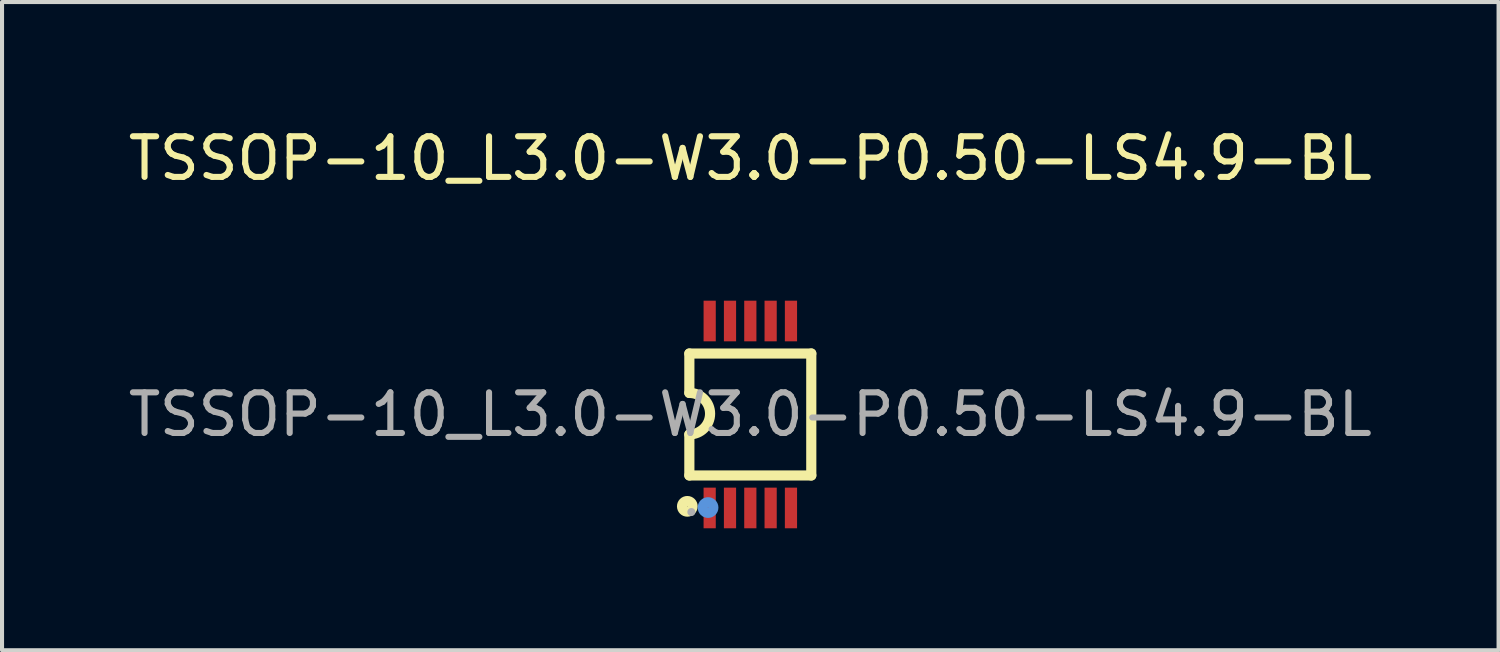
<source format=kicad_pcb>
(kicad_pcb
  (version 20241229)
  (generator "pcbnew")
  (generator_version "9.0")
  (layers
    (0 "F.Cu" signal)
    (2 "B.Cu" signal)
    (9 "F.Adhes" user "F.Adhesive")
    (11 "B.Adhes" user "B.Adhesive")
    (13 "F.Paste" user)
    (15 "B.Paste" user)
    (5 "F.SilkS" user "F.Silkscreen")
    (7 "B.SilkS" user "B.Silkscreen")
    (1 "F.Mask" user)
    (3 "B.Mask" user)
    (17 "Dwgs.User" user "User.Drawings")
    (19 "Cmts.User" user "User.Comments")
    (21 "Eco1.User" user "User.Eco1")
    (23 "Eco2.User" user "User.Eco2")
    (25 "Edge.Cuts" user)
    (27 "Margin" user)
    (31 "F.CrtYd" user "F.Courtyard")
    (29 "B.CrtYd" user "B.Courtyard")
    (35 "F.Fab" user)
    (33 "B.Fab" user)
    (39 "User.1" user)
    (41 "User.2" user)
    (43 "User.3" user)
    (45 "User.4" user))
  (footprint "TSSOP-10_L3.0-W3.0-P0.50-LS4.9-BL"
    (layer "F.Cu")
    (at 15.411 7.148)
    (property "Reference" "TSSOP-10_L3.0-W3.0-P0.50-LS4.9-BL" (at 0 -6.3 0) (layer "F.SilkS") (effects (font (size 1 1) (thickness 0.15))))
    (attr smd)
    (fp_line (start -1.5 -1.5) (end -1.5 -0.53) (stroke (width 0.25) (type solid)) (layer "F.SilkS"))
    (fp_line (start -1.5 -1.5) (end 1.5 -1.5) (stroke (width 0.25) (type solid)) (layer "F.SilkS"))
    (fp_line (start -1.5 1.5) (end -1.5 0.49) (stroke (width 0.25) (type solid)) (layer "F.SilkS"))
    (fp_line (start -1.5 1.5) (end 1.5 1.5) (stroke (width 0.25) (type solid)) (layer "F.SilkS"))
    (fp_line (start 1.5 1.5) (end 1.5 -1.5) (stroke (width 0.25) (type solid)) (layer "F.SilkS"))
    (fp_arc (start -1.5 -0.53) (mid -0.99 -0.02) (end -1.5 0.49) (stroke (width 0.25) (type solid)) (layer "F.SilkS"))
    (fp_circle (center -1.55 2.26) (end -1.42 2.26) (stroke (width 0.25) (type solid)) (fill no) (layer "F.SilkS"))
    (fp_circle (center -1.04 2.29) (end -0.91 2.29) (stroke (width 0.25) (type solid)) (fill no) (layer "Cmts.User"))
    (fp_circle (center -1.45 2.4) (end -1.4 2.4) (stroke (width 0.1) (type solid)) (fill no) (layer "F.Fab"))
    (fp_text user "${REFERENCE}" (at 0 0 0) (layer "F.Fab") (effects (font (size 1 1) (thickness 0.15))))
    (pad "1" smd rect (at -1 2.3 90) (size 1 0.3) (layers "F.Cu" "F.Mask" "F.Paste"))
    (pad "2" smd rect (at -0.5 2.3 90) (size 1 0.3) (layers "F.Cu" "F.Mask" "F.Paste"))
    (pad "3" smd rect (at 0 2.3 90) (size 1 0.3) (layers "F.Cu" "F.Mask" "F.Paste"))
    (pad "4" smd rect (at 0.5 2.3 90) (size 1 0.3) (layers "F.Cu" "F.Mask" "F.Paste"))
    (pad "5" smd rect (at 1 2.3 90) (size 1 0.3) (layers "F.Cu" "F.Mask" "F.Paste"))
    (pad "6" smd rect (at 1 -2.3 270) (size 1 0.3) (layers "F.Cu" "F.Mask" "F.Paste"))
    (pad "7" smd rect (at 0.5 -2.3 90) (size 1 0.3) (layers "F.Cu" "F.Mask" "F.Paste"))
    (pad "8" smd rect (at 0 -2.3 90) (size 1 0.3) (layers "F.Cu" "F.Mask" "F.Paste"))
    (pad "9" smd rect (at -0.5 -2.3 90) (size 1 0.3) (layers "F.Cu" "F.Mask" "F.Paste"))
    (pad "10" smd rect (at -1 -2.3 90) (size 1 0.3) (layers "F.Cu" "F.Mask" "F.Paste")))
  (gr_rect
    (start -3 -3)
    (end 33.821 12.948)
    (stroke (width 0.1) (type default))
    (fill no)
    (layer "Edge.Cuts")))
</source>
